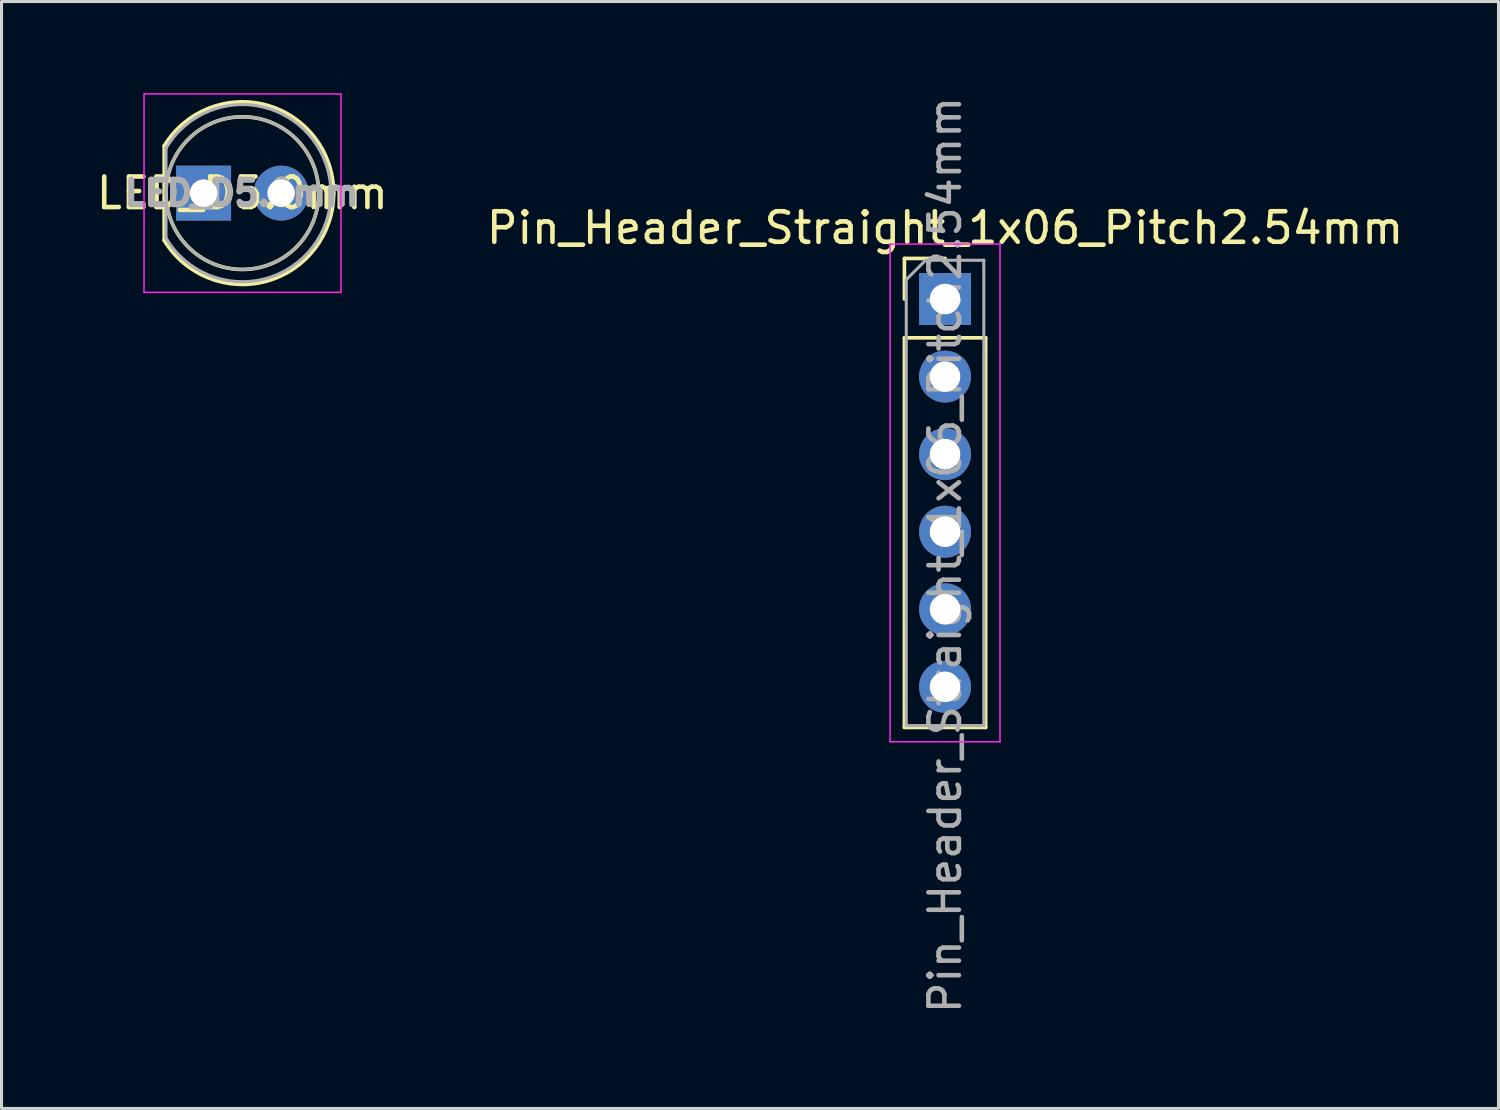
<source format=kicad_pcb>
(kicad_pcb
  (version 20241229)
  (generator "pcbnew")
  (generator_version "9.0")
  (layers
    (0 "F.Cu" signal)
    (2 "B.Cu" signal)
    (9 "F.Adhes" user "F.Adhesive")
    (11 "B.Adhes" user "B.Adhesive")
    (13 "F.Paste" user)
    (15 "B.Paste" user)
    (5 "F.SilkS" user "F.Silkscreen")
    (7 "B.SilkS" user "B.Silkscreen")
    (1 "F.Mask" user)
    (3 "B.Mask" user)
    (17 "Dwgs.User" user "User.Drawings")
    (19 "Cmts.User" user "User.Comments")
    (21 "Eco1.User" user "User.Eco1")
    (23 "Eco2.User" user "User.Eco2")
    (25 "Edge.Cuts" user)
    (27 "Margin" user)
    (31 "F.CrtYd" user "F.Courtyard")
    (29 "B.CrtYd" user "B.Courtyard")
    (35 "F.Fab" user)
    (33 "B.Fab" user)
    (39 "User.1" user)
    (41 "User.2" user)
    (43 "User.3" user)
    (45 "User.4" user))
  (footprint "Pin_Header_Straight_1x06_Pitch2.54mm"
    (layer "F.Cu")
    (at 27.899 6.743)
    (property "Reference" "Pin_Header_Straight_1x06_Pitch2.54mm" (at 0 -2.33 0) (layer "F.SilkS") (effects (font (size 1 1) (thickness 0.15))))
    (attr through_hole)
    (fp_line (start -1.33 -1.33) (end 0 -1.33) (stroke (width 0.12) (type solid)) (layer "F.SilkS"))
    (fp_line (start -1.33 0) (end -1.33 -1.33) (stroke (width 0.12) (type solid)) (layer "F.SilkS"))
    (fp_line (start -1.33 1.27) (end -1.33 14.03) (stroke (width 0.12) (type solid)) (layer "F.SilkS"))
    (fp_line (start -1.33 1.27) (end 1.33 1.27) (stroke (width 0.12) (type solid)) (layer "F.SilkS"))
    (fp_line (start -1.33 14.03) (end 1.33 14.03) (stroke (width 0.12) (type solid)) (layer "F.SilkS"))
    (fp_line (start 1.33 1.27) (end 1.33 14.03) (stroke (width 0.12) (type solid)) (layer "F.SilkS"))
    (fp_line (start -1.8 -1.8) (end -1.8 14.5) (stroke (width 0.05) (type solid)) (layer "F.CrtYd"))
    (fp_line (start -1.8 14.5) (end 1.8 14.5) (stroke (width 0.05) (type solid)) (layer "F.CrtYd"))
    (fp_line (start 1.8 -1.8) (end -1.8 -1.8) (stroke (width 0.05) (type solid)) (layer "F.CrtYd"))
    (fp_line (start 1.8 14.5) (end 1.8 -1.8) (stroke (width 0.05) (type solid)) (layer "F.CrtYd"))
    (fp_line (start -1.27 -0.635) (end -0.635 -1.27) (stroke (width 0.1) (type solid)) (layer "F.Fab"))
    (fp_line (start -1.27 13.97) (end -1.27 -0.635) (stroke (width 0.1) (type solid)) (layer "F.Fab"))
    (fp_line (start -0.635 -1.27) (end 1.27 -1.27) (stroke (width 0.1) (type solid)) (layer "F.Fab"))
    (fp_line (start 1.27 -1.27) (end 1.27 13.97) (stroke (width 0.1) (type solid)) (layer "F.Fab"))
    (fp_line (start 1.27 13.97) (end -1.27 13.97) (stroke (width 0.1) (type solid)) (layer "F.Fab"))
    (fp_text user "${REFERENCE}" (at 0 8.382 90) (layer "F.Fab") (effects (font (size 1 1) (thickness 0.15))))
    (pad "1" thru_hole rect (at 0 0) (size 1.7 1.7) (drill 1) (layers "*.Cu" "*.Mask"))
    (pad "2" thru_hole oval (at 0 2.54) (size 1.7 1.7) (drill 1) (layers "*.Cu" "*.Mask"))
    (pad "3" thru_hole oval (at 0 5.08) (size 1.7 1.7) (drill 1) (layers "*.Cu" "*.Mask"))
    (pad "4" thru_hole oval (at 0 7.62) (size 1.7 1.7) (drill 1) (layers "*.Cu" "*.Mask"))
    (pad "5" thru_hole oval (at 0 10.16) (size 1.7 1.7) (drill 1) (layers "*.Cu" "*.Mask"))
    (pad "6" thru_hole oval (at 0 12.7) (size 1.7 1.7) (drill 1) (layers "*.Cu" "*.Mask")))
  (footprint "LED_D5.0mm"
    (layer "F.Cu")
    (at 3.617 3.275)
    (property "Reference" "LED_D5.0mm" (at 1.27 0 0) (layer "F.SilkS") (effects (font (size 1 1) (thickness 0.15))))
    (attr through_hole)
    (fp_line (start -1.29 -1.545) (end -1.29 1.545) (stroke (width 0.12) (type solid)) (layer "F.SilkS"))
    (fp_arc (start -1.29 -1.54483) (mid 2.072002 -2.880433) (end 4.26 0.000462) (stroke (width 0.12) (type solid)) (layer "F.SilkS"))
    (fp_arc (start 4.26 -0.000462) (mid 2.072002 2.880433) (end -1.29 1.54483) (stroke (width 0.12) (type solid)) (layer "F.SilkS"))
    (fp_circle (center 1.27 0) (end 3.77 0) (stroke (width 0.12) (type solid)) (fill no) (layer "F.SilkS"))
    (fp_line (start -1.95 -3.25) (end -1.95 3.25) (stroke (width 0.05) (type solid)) (layer "F.CrtYd"))
    (fp_line (start -1.95 3.25) (end 4.5 3.25) (stroke (width 0.05) (type solid)) (layer "F.CrtYd"))
    (fp_line (start 4.5 -3.25) (end -1.95 -3.25) (stroke (width 0.05) (type solid)) (layer "F.CrtYd"))
    (fp_line (start 4.5 3.25) (end 4.5 -3.25) (stroke (width 0.05) (type solid)) (layer "F.CrtYd"))
    (fp_line (start -1.23 -1.47) (end -1.23 1.47) (stroke (width 0.1) (type solid)) (layer "F.Fab"))
    (fp_arc (start -1.23 -1.469694) (mid 4.17 0.000016) (end -1.230016 1.469666) (stroke (width 0.1) (type solid)) (layer "F.Fab"))
    (fp_circle (center 1.27 0) (end 3.77 0) (stroke (width 0.1) (type solid)) (fill no) (layer "F.Fab"))
    (fp_text user "${REFERENCE}" (at 1.25 0 0) (layer "F.Fab") (effects (font (size 0.8 0.8) (thickness 0.2))))
    (pad "1" thru_hole rect (at 0 0) (size 1.8 1.8) (drill 0.9) (layers "*.Cu" "*.Mask"))
    (pad "2" thru_hole circle (at 2.54 0) (size 1.8 1.8) (drill 0.9) (layers "*.Cu" "*.Mask")))
  (gr_rect
    (start -3 -3)
    (end 46.024 33.25)
    (stroke (width 0.1) (type default))
    (fill no)
    (layer "Edge.Cuts")))
</source>
